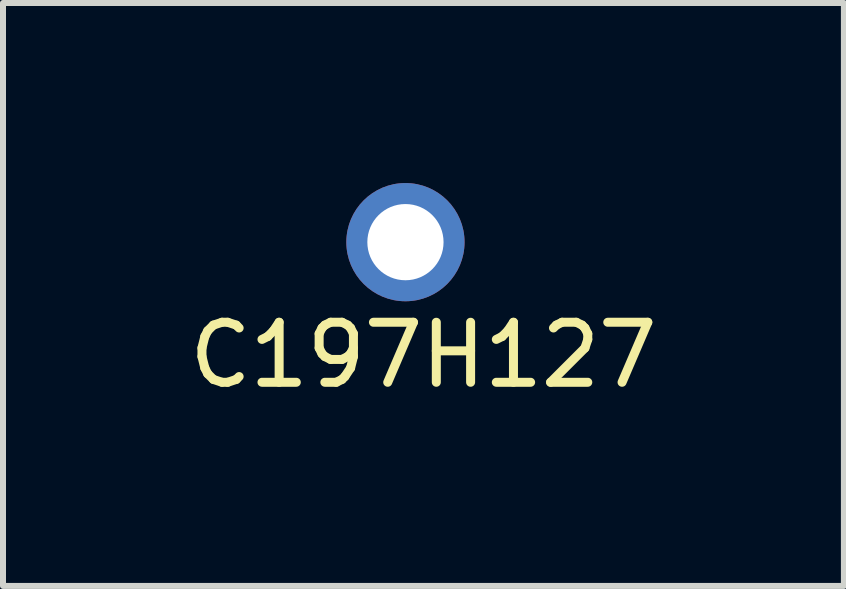
<source format=kicad_pcb>
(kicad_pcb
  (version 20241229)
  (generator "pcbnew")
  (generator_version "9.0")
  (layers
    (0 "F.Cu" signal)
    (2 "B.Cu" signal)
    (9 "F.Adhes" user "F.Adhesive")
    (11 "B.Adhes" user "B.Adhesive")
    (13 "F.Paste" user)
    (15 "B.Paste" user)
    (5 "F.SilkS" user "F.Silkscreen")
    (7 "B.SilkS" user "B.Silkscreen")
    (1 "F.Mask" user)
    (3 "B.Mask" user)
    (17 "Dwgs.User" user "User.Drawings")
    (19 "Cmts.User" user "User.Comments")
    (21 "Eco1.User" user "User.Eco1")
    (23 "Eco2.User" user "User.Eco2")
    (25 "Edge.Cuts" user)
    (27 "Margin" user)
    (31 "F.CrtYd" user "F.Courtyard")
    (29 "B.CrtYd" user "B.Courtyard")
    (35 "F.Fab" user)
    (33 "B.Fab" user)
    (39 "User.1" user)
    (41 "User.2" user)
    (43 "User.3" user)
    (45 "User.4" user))
  (footprint "C197H127"
    (layer "F.Cu")
    (at 3.706 0.985)
    (property "Reference" "C197H127" (at 0.3 1.88 0) (layer "F.SilkS") (effects (font (size 1 1) (thickness 0.15))))
    (attr through_hole)
    (pad "1" thru_hole circle (at 0 0) (size 1.97 1.97) (drill 1.27) (layers "*.Cu" "*.Mask")))
  (gr_rect
    (start -3 -3)
    (end 11.012 6.713)
    (stroke (width 0.1) (type default))
    (fill no)
    (layer "Edge.Cuts")))
</source>
